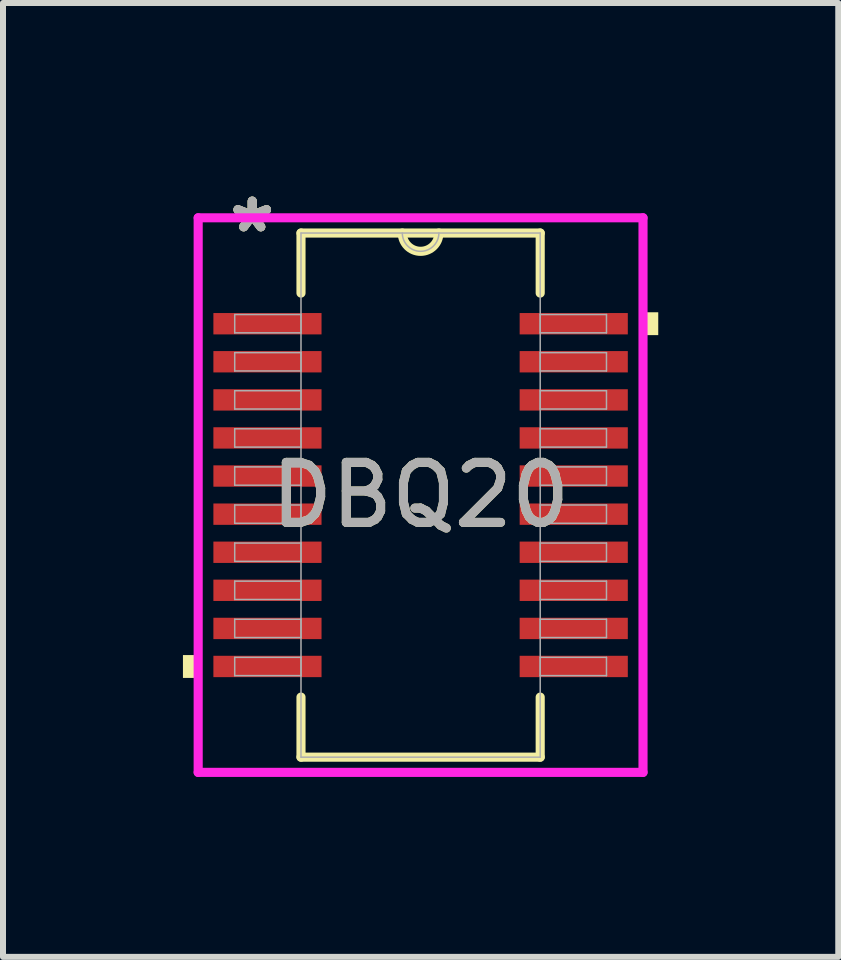
<source format=kicad_pcb>
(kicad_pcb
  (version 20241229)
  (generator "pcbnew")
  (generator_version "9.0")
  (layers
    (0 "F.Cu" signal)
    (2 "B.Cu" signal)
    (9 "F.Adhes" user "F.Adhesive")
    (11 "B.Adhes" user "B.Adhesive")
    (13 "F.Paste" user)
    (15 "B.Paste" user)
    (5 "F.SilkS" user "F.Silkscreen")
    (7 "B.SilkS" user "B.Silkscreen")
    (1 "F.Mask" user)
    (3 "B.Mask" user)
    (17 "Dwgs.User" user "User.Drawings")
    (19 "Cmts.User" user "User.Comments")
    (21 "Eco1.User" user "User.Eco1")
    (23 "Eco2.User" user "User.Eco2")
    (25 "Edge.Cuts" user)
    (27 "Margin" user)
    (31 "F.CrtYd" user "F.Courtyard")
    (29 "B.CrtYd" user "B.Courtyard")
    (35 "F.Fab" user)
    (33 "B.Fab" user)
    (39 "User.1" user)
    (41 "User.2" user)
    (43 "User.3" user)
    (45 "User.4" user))
  (footprint "DBQ20"
    (layer "F.Cu")
    (at 3.962 5.204)
    (property "Reference" "DBQ20" (at 0 0 0) (unlocked yes) (layer "F.SilkS") (effects (font (size 1 1) (thickness 0.15))))
    (attr smd)
    (fp_line (start -1.994 -4.369) (end -1.994 -3.368) (stroke (width 0.152) (type solid)) (layer "F.SilkS"))
    (fp_line (start -1.994 3.368) (end -1.994 4.369) (stroke (width 0.152) (type solid)) (layer "F.SilkS"))
    (fp_line (start -1.994 4.369) (end 1.994 4.369) (stroke (width 0.152) (type solid)) (layer "F.SilkS"))
    (fp_line (start 1.994 -4.369) (end -1.994 -4.369) (stroke (width 0.152) (type solid)) (layer "F.SilkS"))
    (fp_line (start 1.994 -3.368) (end 1.994 -4.369) (stroke (width 0.152) (type solid)) (layer "F.SilkS"))
    (fp_line (start 1.994 4.369) (end 1.994 3.368) (stroke (width 0.152) (type solid)) (layer "F.SilkS"))
    (fp_arc (start 0.3048 -4.3688) (mid 0 -4.064) (end -0.3048 -4.3688) (stroke (width 0.1524) (type solid)) (layer "F.SilkS"))
    (fp_poly (pts (xy -3.962 2.667) (xy -3.962 3.048) (xy -3.708 3.048) (xy -3.708 2.667)) (stroke (width 0) (type solid)) (fill yes) (layer "F.SilkS"))
    (fp_poly (pts (xy 3.962 -3.048) (xy 3.962 -2.667) (xy 3.708 -2.667) (xy 3.708 -3.048)) (stroke (width 0) (type solid)) (fill yes) (layer "F.SilkS"))
    (fp_line (start -3.708 -4.623) (end 3.708 -4.623) (stroke (width 0.152) (type solid)) (layer "F.CrtYd"))
    (fp_line (start -3.708 4.623) (end -3.708 -4.623) (stroke (width 0.152) (type solid)) (layer "F.CrtYd"))
    (fp_line (start 3.708 -4.623) (end 3.708 4.623) (stroke (width 0.152) (type solid)) (layer "F.CrtYd"))
    (fp_line (start 3.708 4.623) (end -3.708 4.623) (stroke (width 0.152) (type solid)) (layer "F.CrtYd"))
    (fp_line (start -3.099 -3.01) (end -3.099 -2.705) (stroke (width 0.025) (type solid)) (layer "F.Fab"))
    (fp_line (start -3.099 -2.705) (end -1.994 -2.705) (stroke (width 0.025) (type solid)) (layer "F.Fab"))
    (fp_line (start -3.099 -2.375) (end -3.099 -2.07) (stroke (width 0.025) (type solid)) (layer "F.Fab"))
    (fp_line (start -3.099 -2.07) (end -1.994 -2.07) (stroke (width 0.025) (type solid)) (layer "F.Fab"))
    (fp_line (start -3.099 -1.74) (end -3.099 -1.435) (stroke (width 0.025) (type solid)) (layer "F.Fab"))
    (fp_line (start -3.099 -1.435) (end -1.994 -1.435) (stroke (width 0.025) (type solid)) (layer "F.Fab"))
    (fp_line (start -3.099 -1.105) (end -3.099 -0.8) (stroke (width 0.025) (type solid)) (layer "F.Fab"))
    (fp_line (start -3.099 -0.8) (end -1.994 -0.8) (stroke (width 0.025) (type solid)) (layer "F.Fab"))
    (fp_line (start -3.099 -0.47) (end -3.099 -0.165) (stroke (width 0.025) (type solid)) (layer "F.Fab"))
    (fp_line (start -3.099 -0.165) (end -1.994 -0.165) (stroke (width 0.025) (type solid)) (layer "F.Fab"))
    (fp_line (start -3.099 0.165) (end -3.099 0.47) (stroke (width 0.025) (type solid)) (layer "F.Fab"))
    (fp_line (start -3.099 0.47) (end -1.994 0.47) (stroke (width 0.025) (type solid)) (layer "F.Fab"))
    (fp_line (start -3.099 0.8) (end -3.099 1.105) (stroke (width 0.025) (type solid)) (layer "F.Fab"))
    (fp_line (start -3.099 1.105) (end -1.994 1.105) (stroke (width 0.025) (type solid)) (layer "F.Fab"))
    (fp_line (start -3.099 1.435) (end -3.099 1.74) (stroke (width 0.025) (type solid)) (layer "F.Fab"))
    (fp_line (start -3.099 1.74) (end -1.994 1.74) (stroke (width 0.025) (type solid)) (layer "F.Fab"))
    (fp_line (start -3.099 2.07) (end -3.099 2.375) (stroke (width 0.025) (type solid)) (layer "F.Fab"))
    (fp_line (start -3.099 2.375) (end -1.994 2.375) (stroke (width 0.025) (type solid)) (layer "F.Fab"))
    (fp_line (start -3.099 2.705) (end -3.099 3.01) (stroke (width 0.025) (type solid)) (layer "F.Fab"))
    (fp_line (start -3.099 3.01) (end -1.994 3.01) (stroke (width 0.025) (type solid)) (layer "F.Fab"))
    (fp_line (start -1.994 -4.369) (end -1.994 4.369) (stroke (width 0.025) (type solid)) (layer "F.Fab"))
    (fp_line (start -1.994 -3.01) (end -3.099 -3.01) (stroke (width 0.025) (type solid)) (layer "F.Fab"))
    (fp_line (start -1.994 -2.705) (end -1.994 -3.01) (stroke (width 0.025) (type solid)) (layer "F.Fab"))
    (fp_line (start -1.994 -2.375) (end -3.099 -2.375) (stroke (width 0.025) (type solid)) (layer "F.Fab"))
    (fp_line (start -1.994 -2.07) (end -1.994 -2.375) (stroke (width 0.025) (type solid)) (layer "F.Fab"))
    (fp_line (start -1.994 -1.74) (end -3.099 -1.74) (stroke (width 0.025) (type solid)) (layer "F.Fab"))
    (fp_line (start -1.994 -1.435) (end -1.994 -1.74) (stroke (width 0.025) (type solid)) (layer "F.Fab"))
    (fp_line (start -1.994 -1.105) (end -3.099 -1.105) (stroke (width 0.025) (type solid)) (layer "F.Fab"))
    (fp_line (start -1.994 -0.8) (end -1.994 -1.105) (stroke (width 0.025) (type solid)) (layer "F.Fab"))
    (fp_line (start -1.994 -0.47) (end -3.099 -0.47) (stroke (width 0.025) (type solid)) (layer "F.Fab"))
    (fp_line (start -1.994 -0.165) (end -1.994 -0.47) (stroke (width 0.025) (type solid)) (layer "F.Fab"))
    (fp_line (start -1.994 0.165) (end -3.099 0.165) (stroke (width 0.025) (type solid)) (layer "F.Fab"))
    (fp_line (start -1.994 0.47) (end -1.994 0.165) (stroke (width 0.025) (type solid)) (layer "F.Fab"))
    (fp_line (start -1.994 0.8) (end -3.099 0.8) (stroke (width 0.025) (type solid)) (layer "F.Fab"))
    (fp_line (start -1.994 1.105) (end -1.994 0.8) (stroke (width 0.025) (type solid)) (layer "F.Fab"))
    (fp_line (start -1.994 1.435) (end -3.099 1.435) (stroke (width 0.025) (type solid)) (layer "F.Fab"))
    (fp_line (start -1.994 1.74) (end -1.994 1.435) (stroke (width 0.025) (type solid)) (layer "F.Fab"))
    (fp_line (start -1.994 2.07) (end -3.099 2.07) (stroke (width 0.025) (type solid)) (layer "F.Fab"))
    (fp_line (start -1.994 2.375) (end -1.994 2.07) (stroke (width 0.025) (type solid)) (layer "F.Fab"))
    (fp_line (start -1.994 2.705) (end -3.099 2.705) (stroke (width 0.025) (type solid)) (layer "F.Fab"))
    (fp_line (start -1.994 3.01) (end -1.994 2.705) (stroke (width 0.025) (type solid)) (layer "F.Fab"))
    (fp_line (start -1.994 4.369) (end 1.994 4.369) (stroke (width 0.025) (type solid)) (layer "F.Fab"))
    (fp_line (start 1.994 -4.369) (end -1.994 -4.369) (stroke (width 0.025) (type solid)) (layer "F.Fab"))
    (fp_line (start 1.994 -3.01) (end 1.994 -2.705) (stroke (width 0.025) (type solid)) (layer "F.Fab"))
    (fp_line (start 1.994 -2.705) (end 3.099 -2.705) (stroke (width 0.025) (type solid)) (layer "F.Fab"))
    (fp_line (start 1.994 -2.375) (end 1.994 -2.07) (stroke (width 0.025) (type solid)) (layer "F.Fab"))
    (fp_line (start 1.994 -2.07) (end 3.099 -2.07) (stroke (width 0.025) (type solid)) (layer "F.Fab"))
    (fp_line (start 1.994 -1.74) (end 1.994 -1.435) (stroke (width 0.025) (type solid)) (layer "F.Fab"))
    (fp_line (start 1.994 -1.435) (end 3.099 -1.435) (stroke (width 0.025) (type solid)) (layer "F.Fab"))
    (fp_line (start 1.994 -1.105) (end 1.994 -0.8) (stroke (width 0.025) (type solid)) (layer "F.Fab"))
    (fp_line (start 1.994 -0.8) (end 3.099 -0.8) (stroke (width 0.025) (type solid)) (layer "F.Fab"))
    (fp_line (start 1.994 -0.47) (end 1.994 -0.165) (stroke (width 0.025) (type solid)) (layer "F.Fab"))
    (fp_line (start 1.994 -0.165) (end 3.099 -0.165) (stroke (width 0.025) (type solid)) (layer "F.Fab"))
    (fp_line (start 1.994 0.165) (end 1.994 0.47) (stroke (width 0.025) (type solid)) (layer "F.Fab"))
    (fp_line (start 1.994 0.47) (end 3.099 0.47) (stroke (width 0.025) (type solid)) (layer "F.Fab"))
    (fp_line (start 1.994 0.8) (end 1.994 1.105) (stroke (width 0.025) (type solid)) (layer "F.Fab"))
    (fp_line (start 1.994 1.105) (end 3.099 1.105) (stroke (width 0.025) (type solid)) (layer "F.Fab"))
    (fp_line (start 1.994 1.435) (end 1.994 1.74) (stroke (width 0.025) (type solid)) (layer "F.Fab"))
    (fp_line (start 1.994 1.74) (end 3.099 1.74) (stroke (width 0.025) (type solid)) (layer "F.Fab"))
    (fp_line (start 1.994 2.07) (end 1.994 2.375) (stroke (width 0.025) (type solid)) (layer "F.Fab"))
    (fp_line (start 1.994 2.375) (end 3.099 2.375) (stroke (width 0.025) (type solid)) (layer "F.Fab"))
    (fp_line (start 1.994 2.705) (end 1.994 3.01) (stroke (width 0.025) (type solid)) (layer "F.Fab"))
    (fp_line (start 1.994 3.01) (end 3.099 3.01) (stroke (width 0.025) (type solid)) (layer "F.Fab"))
    (fp_line (start 1.994 4.369) (end 1.994 -4.369) (stroke (width 0.025) (type solid)) (layer "F.Fab"))
    (fp_line (start 3.099 -3.01) (end 1.994 -3.01) (stroke (width 0.025) (type solid)) (layer "F.Fab"))
    (fp_line (start 3.099 -2.705) (end 3.099 -3.01) (stroke (width 0.025) (type solid)) (layer "F.Fab"))
    (fp_line (start 3.099 -2.375) (end 1.994 -2.375) (stroke (width 0.025) (type solid)) (layer "F.Fab"))
    (fp_line (start 3.099 -2.07) (end 3.099 -2.375) (stroke (width 0.025) (type solid)) (layer "F.Fab"))
    (fp_line (start 3.099 -1.74) (end 1.994 -1.74) (stroke (width 0.025) (type solid)) (layer "F.Fab"))
    (fp_line (start 3.099 -1.435) (end 3.099 -1.74) (stroke (width 0.025) (type solid)) (layer "F.Fab"))
    (fp_line (start 3.099 -1.105) (end 1.994 -1.105) (stroke (width 0.025) (type solid)) (layer "F.Fab"))
    (fp_line (start 3.099 -0.8) (end 3.099 -1.105) (stroke (width 0.025) (type solid)) (layer "F.Fab"))
    (fp_line (start 3.099 -0.47) (end 1.994 -0.47) (stroke (width 0.025) (type solid)) (layer "F.Fab"))
    (fp_line (start 3.099 -0.165) (end 3.099 -0.47) (stroke (width 0.025) (type solid)) (layer "F.Fab"))
    (fp_line (start 3.099 0.165) (end 1.994 0.165) (stroke (width 0.025) (type solid)) (layer "F.Fab"))
    (fp_line (start 3.099 0.47) (end 3.099 0.165) (stroke (width 0.025) (type solid)) (layer "F.Fab"))
    (fp_line (start 3.099 0.8) (end 1.994 0.8) (stroke (width 0.025) (type solid)) (layer "F.Fab"))
    (fp_line (start 3.099 1.105) (end 3.099 0.8) (stroke (width 0.025) (type solid)) (layer "F.Fab"))
    (fp_line (start 3.099 1.435) (end 1.994 1.435) (stroke (width 0.025) (type solid)) (layer "F.Fab"))
    (fp_line (start 3.099 1.74) (end 3.099 1.435) (stroke (width 0.025) (type solid)) (layer "F.Fab"))
    (fp_line (start 3.099 2.07) (end 1.994 2.07) (stroke (width 0.025) (type solid)) (layer "F.Fab"))
    (fp_line (start 3.099 2.375) (end 3.099 2.07) (stroke (width 0.025) (type solid)) (layer "F.Fab"))
    (fp_line (start 3.099 2.705) (end 1.994 2.705) (stroke (width 0.025) (type solid)) (layer "F.Fab"))
    (fp_line (start 3.099 3.01) (end 3.099 2.705) (stroke (width 0.025) (type solid)) (layer "F.Fab"))
    (fp_arc (start 0.3048 -4.3688) (mid 0 -4.064) (end -0.3048 -4.3688) (stroke (width 0.0254) (type solid)) (layer "F.Fab"))
    (fp_text user "*" (at -2.807 -4.356 0) (layer "F.SilkS") (effects (font (size 1 1) (thickness 0.15))))
    (fp_text user "*" (at -2.807 -4.356 0) (unlocked yes) (layer "F.SilkS") (effects (font (size 1 1) (thickness 0.15))))
    (fp_text user "*" (at -2.807 -4.356 0) (layer "F.Fab") (effects (font (size 1 1) (thickness 0.15))))
    (fp_text user "${REFERENCE}" (at 0 0 0) (unlocked yes) (layer "F.Fab") (effects (font (size 1 1) (thickness 0.15))))
    (fp_text user "*" (at -2.807 -4.356 0) (unlocked yes) (layer "F.Fab") (effects (font (size 1 1) (thickness 0.15))))
    (pad "1" smd rect (at -2.553 -2.857) (size 1.803 0.356) (layers "F.Cu" "F.Mask" "F.Paste"))
    (pad "2" smd rect (at -2.553 -2.223) (size 1.803 0.356) (layers "F.Cu" "F.Mask" "F.Paste"))
    (pad "3" smd rect (at -2.553 -1.587) (size 1.803 0.356) (layers "F.Cu" "F.Mask" "F.Paste"))
    (pad "4" smd rect (at -2.553 -0.953) (size 1.803 0.356) (layers "F.Cu" "F.Mask" "F.Paste"))
    (pad "5" smd rect (at -2.553 -0.318) (size 1.803 0.356) (layers "F.Cu" "F.Mask" "F.Paste"))
    (pad "6" smd rect (at -2.553 0.318) (size 1.803 0.356) (layers "F.Cu" "F.Mask" "F.Paste"))
    (pad "7" smd rect (at -2.553 0.953) (size 1.803 0.356) (layers "F.Cu" "F.Mask" "F.Paste"))
    (pad "8" smd rect (at -2.553 1.587) (size 1.803 0.356) (layers "F.Cu" "F.Mask" "F.Paste"))
    (pad "9" smd rect (at -2.553 2.223) (size 1.803 0.356) (layers "F.Cu" "F.Mask" "F.Paste"))
    (pad "10" smd rect (at -2.553 2.857) (size 1.803 0.356) (layers "F.Cu" "F.Mask" "F.Paste"))
    (pad "11" smd rect (at 2.553 2.857) (size 1.803 0.356) (layers "F.Cu" "F.Mask" "F.Paste"))
    (pad "12" smd rect (at 2.553 2.223) (size 1.803 0.356) (layers "F.Cu" "F.Mask" "F.Paste"))
    (pad "13" smd rect (at 2.553 1.587) (size 1.803 0.356) (layers "F.Cu" "F.Mask" "F.Paste"))
    (pad "14" smd rect (at 2.553 0.953) (size 1.803 0.356) (layers "F.Cu" "F.Mask" "F.Paste"))
    (pad "15" smd rect (at 2.553 0.318) (size 1.803 0.356) (layers "F.Cu" "F.Mask" "F.Paste"))
    (pad "16" smd rect (at 2.553 -0.318) (size 1.803 0.356) (layers "F.Cu" "F.Mask" "F.Paste"))
    (pad "17" smd rect (at 2.553 -0.953) (size 1.803 0.356) (layers "F.Cu" "F.Mask" "F.Paste"))
    (pad "18" smd rect (at 2.553 -1.587) (size 1.803 0.356) (layers "F.Cu" "F.Mask" "F.Paste"))
    (pad "19" smd rect (at 2.553 -2.223) (size 1.803 0.356) (layers "F.Cu" "F.Mask" "F.Paste"))
    (pad "20" smd rect (at 2.553 -2.857) (size 1.803 0.356) (layers "F.Cu" "F.Mask" "F.Paste")))
  (gr_rect
    (start -3 -3)
    (end 10.925 12.903)
    (stroke (width 0.1) (type default))
    (fill no)
    (layer "Edge.Cuts")))
</source>
